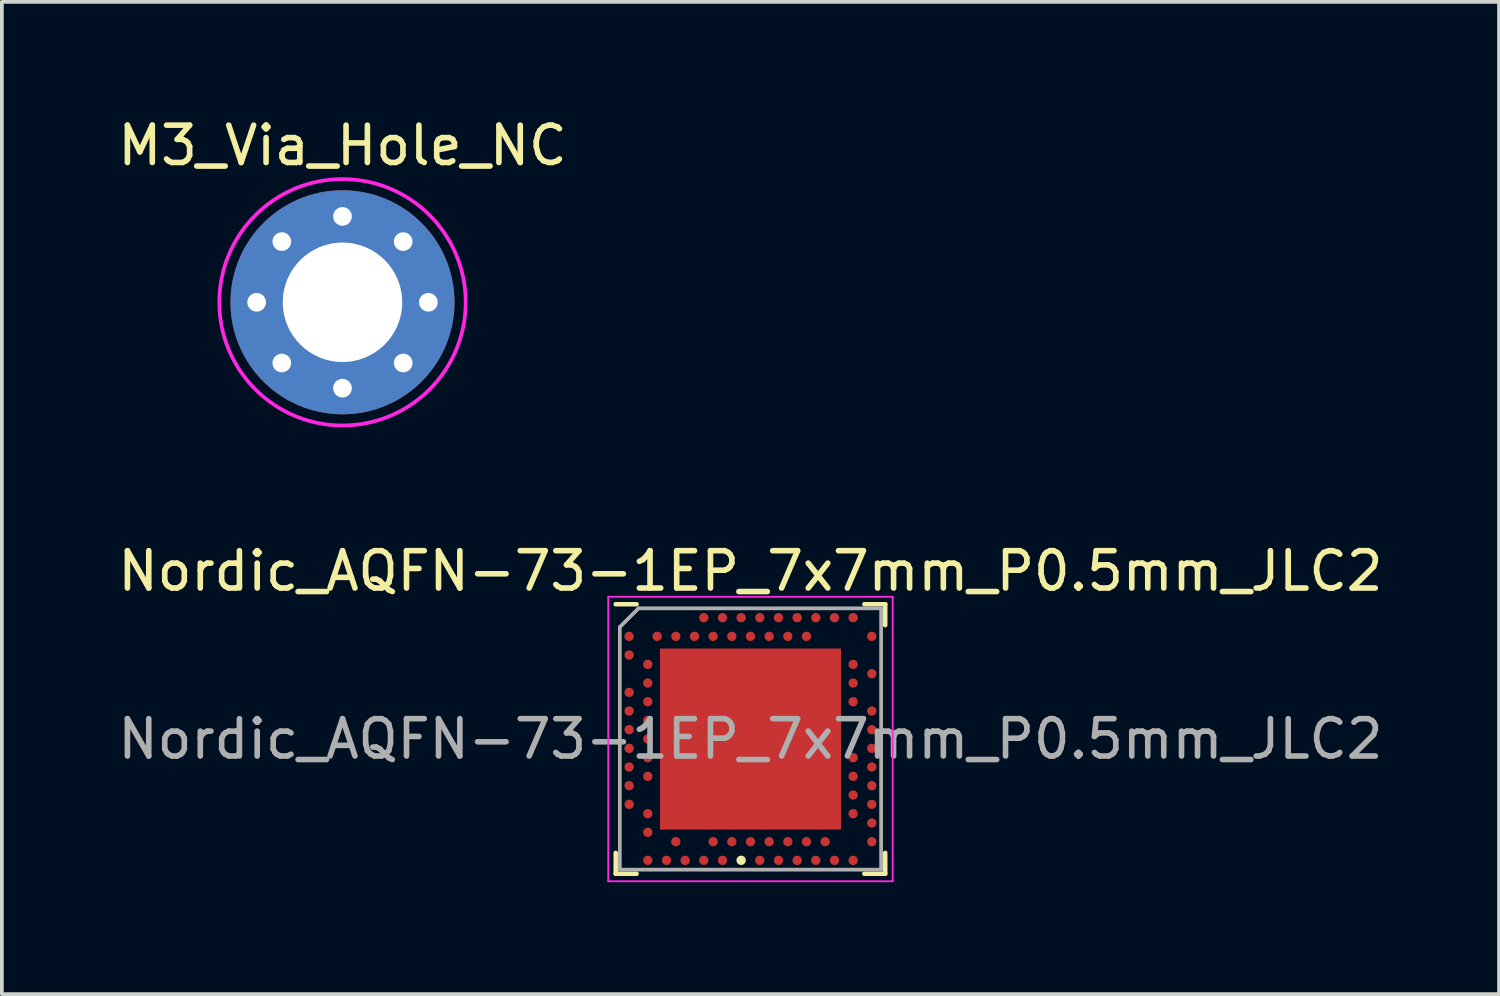
<source format=kicad_pcb>
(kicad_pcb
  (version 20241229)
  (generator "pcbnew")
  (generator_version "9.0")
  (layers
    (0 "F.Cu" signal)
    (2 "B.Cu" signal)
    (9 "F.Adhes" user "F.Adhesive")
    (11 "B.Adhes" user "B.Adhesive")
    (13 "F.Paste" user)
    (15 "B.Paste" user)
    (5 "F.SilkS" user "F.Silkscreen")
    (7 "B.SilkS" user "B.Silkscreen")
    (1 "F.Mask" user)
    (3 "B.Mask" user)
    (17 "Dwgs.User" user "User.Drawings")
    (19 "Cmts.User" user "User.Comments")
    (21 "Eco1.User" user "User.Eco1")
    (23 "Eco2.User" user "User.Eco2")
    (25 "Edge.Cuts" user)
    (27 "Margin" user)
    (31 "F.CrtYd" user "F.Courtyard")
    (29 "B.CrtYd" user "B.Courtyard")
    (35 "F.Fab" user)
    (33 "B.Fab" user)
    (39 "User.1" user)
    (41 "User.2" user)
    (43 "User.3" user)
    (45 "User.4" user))
  (footprint "Nordic_AQFN-73-1EP_7x7mm_P0.5mm_JLC2"
    (layer "F.Cu")
    (at 17.054 16.747)
    (property "Reference" "Nordic_AQFN-73-1EP_7x7mm_P0.5mm_JLC2" (at 0 -4.5 0) (layer "F.SilkS") (effects (font (size 1 1) (thickness 0.15))))
    (attr smd)
    (fp_line (start -3.61 -3.61) (end -3.05 -3.61) (stroke (width 0.12) (type solid)) (layer "F.SilkS"))
    (fp_line (start -3.61 3.61) (end -3.61 3.05) (stroke (width 0.12) (type solid)) (layer "F.SilkS"))
    (fp_line (start -3.61 3.61) (end -3.05 3.61) (stroke (width 0.12) (type solid)) (layer "F.SilkS"))
    (fp_line (start 3.61 -3.61) (end 3.05 -3.61) (stroke (width 0.12) (type solid)) (layer "F.SilkS"))
    (fp_line (start 3.61 -3.61) (end 3.61 -3.05) (stroke (width 0.12) (type solid)) (layer "F.SilkS"))
    (fp_line (start 3.61 3.61) (end 3.05 3.61) (stroke (width 0.12) (type solid)) (layer "F.SilkS"))
    (fp_line (start 3.61 3.61) (end 3.61 3.05) (stroke (width 0.12) (type solid)) (layer "F.SilkS"))
    (fp_circle (center -0.25 3.25) (end -0.125 3.25) (stroke (width 0) (type solid)) (fill yes) (layer "F.SilkS"))
    (fp_line (start -3.81 -3.81) (end 3.81 -3.81) (stroke (width 0.05) (type solid)) (layer "F.CrtYd"))
    (fp_line (start -3.81 3.81) (end -3.81 -3.81) (stroke (width 0.05) (type solid)) (layer "F.CrtYd"))
    (fp_line (start 3.81 -3.81) (end 3.81 3.81) (stroke (width 0.05) (type solid)) (layer "F.CrtYd"))
    (fp_line (start 3.81 3.81) (end -3.81 3.81) (stroke (width 0.05) (type solid)) (layer "F.CrtYd"))
    (fp_line (start -3.5 -3) (end -3.5 3.5) (stroke (width 0.1) (type solid)) (layer "F.Fab"))
    (fp_line (start -3.5 -3) (end -3 -3.5) (stroke (width 0.1) (type solid)) (layer "F.Fab"))
    (fp_line (start -3.5 3.5) (end 3.5 3.5) (stroke (width 0.1) (type solid)) (layer "F.Fab"))
    (fp_line (start -3 -3.5) (end 3.5 -3.5) (stroke (width 0.1) (type solid)) (layer "F.Fab"))
    (fp_line (start 3.5 -3.5) (end 3.5 3.5) (stroke (width 0.1) (type solid)) (layer "F.Fab"))
    (fp_text user "${REFERENCE}" (at 0 0 0) (layer "F.Fab") (effects (font (size 1 1) (thickness 0.15))))
    (pad "" smd rect (at -1.212 -1.212 180) (size 2 2) (layers "F.Paste"))
    (pad "" smd rect (at -1.212 1.212 180) (size 2 2) (layers "F.Paste"))
    (pad "" smd rect (at 1.212 -1.212 180) (size 2 2) (layers "F.Paste"))
    (pad "" smd rect (at 1.212 1.212 180) (size 2 2) (layers "F.Paste"))
    (pad "A8" smd circle (at -1.25 -3.25 180) (size 0.25 0.25) (layers "F.Cu" "F.Mask" "F.Paste"))
    (pad "A10" smd circle (at -0.75 -3.25 180) (size 0.25 0.25) (layers "F.Cu" "F.Mask" "F.Paste"))
    (pad "A12" smd circle (at -0.25 -3.25 180) (size 0.25 0.25) (layers "F.Cu" "F.Mask" "F.Paste"))
    (pad "A14" smd circle (at 0.25 -3.25 180) (size 0.25 0.25) (layers "F.Cu" "F.Mask" "F.Paste"))
    (pad "A16" smd circle (at 0.75 -3.25 180) (size 0.25 0.25) (layers "F.Cu" "F.Mask" "F.Paste"))
    (pad "A18" smd circle (at 1.25 -3.25 180) (size 0.25 0.25) (layers "F.Cu" "F.Mask" "F.Paste"))
    (pad "A20" smd circle (at 1.75 -3.25 180) (size 0.25 0.25) (layers "F.Cu" "F.Mask" "F.Paste"))
    (pad "A22" smd circle (at 2.25 -3.25 180) (size 0.25 0.25) (layers "F.Cu" "F.Mask" "F.Paste"))
    (pad "A23" smd circle (at 2.75 -3.25 180) (size 0.25 0.25) (layers "F.Cu" "F.Mask" "F.Paste"))
    (pad "AA24" smd circle (at 3.25 2.25 180) (size 0.25 0.25) (layers "F.Cu" "F.Mask" "F.Paste"))
    (pad "AB2" smd circle (at -2.75 2.5 180) (size 0.25 0.25) (layers "F.Cu" "F.Mask" "F.Paste"))
    (pad "AC5" smd circle (at -2 2.75 180) (size 0.25 0.25) (layers "F.Cu" "F.Mask" "F.Paste"))
    (pad "AC9" smd circle (at -1 2.75 180) (size 0.25 0.25) (layers "F.Cu" "F.Mask" "F.Paste"))
    (pad "AC11" smd circle (at -0.5 2.75 180) (size 0.25 0.25) (layers "F.Cu" "F.Mask" "F.Paste"))
    (pad "AC13" smd circle (at 0 2.75 180) (size 0.25 0.25) (layers "F.Cu" "F.Mask" "F.Paste"))
    (pad "AC15" smd circle (at 0.5 2.75 180) (size 0.25 0.25) (layers "F.Cu" "F.Mask" "F.Paste"))
    (pad "AC17" smd circle (at 1 2.75 180) (size 0.25 0.25) (layers "F.Cu" "F.Mask" "F.Paste"))
    (pad "AC19" smd circle (at 1.5 2.75 180) (size 0.25 0.25) (layers "F.Cu" "F.Mask" "F.Paste"))
    (pad "AC21" smd circle (at 2 2.75 180) (size 0.25 0.25) (layers "F.Cu" "F.Mask" "F.Paste"))
    (pad "AC24" smd circle (at 3.25 2.75 180) (size 0.25 0.25) (layers "F.Cu" "F.Mask" "F.Paste"))
    (pad "AD2" smd circle (at -2.75 3.25 180) (size 0.25 0.25) (layers "F.Cu" "F.Mask" "F.Paste"))
    (pad "AD4" smd circle (at -2.25 3.25 180) (size 0.25 0.25) (layers "F.Cu" "F.Mask" "F.Paste"))
    (pad "AD6" smd circle (at -1.75 3.25 180) (size 0.25 0.25) (layers "F.Cu" "F.Mask" "F.Paste"))
    (pad "AD8" smd circle (at -1.25 3.25 180) (size 0.25 0.25) (layers "F.Cu" "F.Mask" "F.Paste"))
    (pad "AD10" smd circle (at -0.75 3.25 180) (size 0.25 0.25) (layers "F.Cu" "F.Mask" "F.Paste"))
    (pad "AD14" smd circle (at 0.25 3.25 180) (size 0.25 0.25) (layers "F.Cu" "F.Mask" "F.Paste"))
    (pad "AD16" smd circle (at 0.75 3.25 180) (size 0.25 0.25) (layers "F.Cu" "F.Mask" "F.Paste"))
    (pad "AD18" smd circle (at 1.25 3.25 180) (size 0.25 0.25) (layers "F.Cu" "F.Mask" "F.Paste"))
    (pad "AD20" smd circle (at 1.75 3.25 180) (size 0.25 0.25) (layers "F.Cu" "F.Mask" "F.Paste"))
    (pad "AD22" smd circle (at 2.25 3.25 180) (size 0.25 0.25) (layers "F.Cu" "F.Mask" "F.Paste"))
    (pad "AD23" smd circle (at 2.75 3.25 180) (size 0.25 0.25) (layers "F.Cu" "F.Mask" "F.Paste"))
    (pad "B1" smd circle (at -3.25 -2.75 180) (size 0.25 0.25) (layers "F.Cu" "F.Mask" "F.Paste"))
    (pad "B3" smd circle (at -2.5 -2.75 180) (size 0.25 0.25) (layers "F.Cu" "F.Mask" "F.Paste"))
    (pad "B5" smd circle (at -2 -2.75 180) (size 0.25 0.25) (layers "F.Cu" "F.Mask" "F.Paste"))
    (pad "B7" smd circle (at -1.5 -2.75 180) (size 0.25 0.25) (layers "F.Cu" "F.Mask" "F.Paste"))
    (pad "B9" smd circle (at -1 -2.75 180) (size 0.25 0.25) (layers "F.Cu" "F.Mask" "F.Paste"))
    (pad "B11" smd circle (at -0.5 -2.75 180) (size 0.25 0.25) (layers "F.Cu" "F.Mask" "F.Paste"))
    (pad "B13" smd circle (at 0 -2.75 180) (size 0.25 0.25) (layers "F.Cu" "F.Mask" "F.Paste"))
    (pad "B15" smd circle (at 0.5 -2.75 180) (size 0.25 0.25) (layers "F.Cu" "F.Mask" "F.Paste"))
    (pad "B17" smd circle (at 1 -2.75 180) (size 0.25 0.25) (layers "F.Cu" "F.Mask" "F.Paste"))
    (pad "B19" smd circle (at 1.5 -2.75 180) (size 0.25 0.25) (layers "F.Cu" "F.Mask" "F.Paste"))
    (pad "B24" smd circle (at 3.25 -2.75 180) (size 0.25 0.25) (layers "F.Cu" "F.Mask" "F.Paste"))
    (pad "C1" smd circle (at -3.25 -2.25 180) (size 0.25 0.25) (layers "F.Cu" "F.Mask" "F.Paste"))
    (pad "D2" smd circle (at -2.75 -2 180) (size 0.25 0.25) (layers "F.Cu" "F.Mask" "F.Paste"))
    (pad "D23" smd circle (at 2.75 -2 180) (size 0.25 0.25) (layers "F.Cu" "F.Mask" "F.Paste"))
    (pad "E24" smd circle (at 3.25 -1.75 180) (size 0.25 0.25) (layers "F.Cu" "F.Mask" "F.Paste"))
    (pad "EP" smd rect (at 0 0 180) (size 4.85 4.85) (layers "F.Cu" "F.Mask"))
    (pad "F2" smd circle (at -2.75 -1.5 180) (size 0.25 0.25) (layers "F.Cu" "F.Mask" "F.Paste"))
    (pad "F23" smd circle (at 2.75 -1.5 180) (size 0.25 0.25) (layers "F.Cu" "F.Mask" "F.Paste"))
    (pad "G1" smd circle (at -3.25 -1.25 180) (size 0.25 0.25) (layers "F.Cu" "F.Mask" "F.Paste"))
    (pad "H2" smd circle (at -2.75 -1 180) (size 0.25 0.25) (layers "F.Cu" "F.Mask" "F.Paste"))
    (pad "H23" smd circle (at 2.75 -1 180) (size 0.25 0.25) (layers "F.Cu" "F.Mask" "F.Paste"))
    (pad "J1" smd circle (at -3.25 -0.75 180) (size 0.25 0.25) (layers "F.Cu" "F.Mask" "F.Paste"))
    (pad "J24" smd circle (at 3.25 -0.75 180) (size 0.25 0.25) (layers "F.Cu" "F.Mask" "F.Paste"))
    (pad "K2" smd circle (at -2.75 -0.5 180) (size 0.25 0.25) (layers "F.Cu" "F.Mask" "F.Paste"))
    (pad "L1" smd circle (at -3.25 -0.25 180) (size 0.25 0.25) (layers "F.Cu" "F.Mask" "F.Paste"))
    (pad "L24" smd circle (at 3.25 -0.25 180) (size 0.25 0.25) (layers "F.Cu" "F.Mask" "F.Paste"))
    (pad "M2" smd circle (at -2.75 0 180) (size 0.25 0.25) (layers "F.Cu" "F.Mask" "F.Paste"))
    (pad "N1" smd circle (at -3.25 0.25 180) (size 0.25 0.25) (layers "F.Cu" "F.Mask" "F.Paste"))
    (pad "N24" smd circle (at 3.25 0.25 180) (size 0.25 0.25) (layers "F.Cu" "F.Mask" "F.Paste"))
    (pad "P2" smd circle (at -2.75 0.5 180) (size 0.25 0.25) (layers "F.Cu" "F.Mask" "F.Paste"))
    (pad "P23" smd circle (at 2.75 0.5 180) (size 0.25 0.25) (layers "F.Cu" "F.Mask" "F.Paste"))
    (pad "R1" smd circle (at -3.25 0.75 180) (size 0.25 0.25) (layers "F.Cu" "F.Mask" "F.Paste"))
    (pad "R24" smd circle (at 3.25 0.75 180) (size 0.25 0.25) (layers "F.Cu" "F.Mask" "F.Paste"))
    (pad "T2" smd circle (at -2.75 1 180) (size 0.25 0.25) (layers "F.Cu" "F.Mask" "F.Paste"))
    (pad "T23" smd circle (at 2.75 1 180) (size 0.25 0.25) (layers "F.Cu" "F.Mask" "F.Paste"))
    (pad "U1" smd circle (at -3.25 1.25 180) (size 0.25 0.25) (layers "F.Cu" "F.Mask" "F.Paste"))
    (pad "U24" smd circle (at 3.25 1.25 180) (size 0.25 0.25) (layers "F.Cu" "F.Mask" "F.Paste"))
    (pad "V23" smd circle (at 2.75 1.5 180) (size 0.25 0.25) (layers "F.Cu" "F.Mask" "F.Paste"))
    (pad "W1" smd circle (at -3.25 1.75 180) (size 0.25 0.25) (layers "F.Cu" "F.Mask" "F.Paste"))
    (pad "W24" smd circle (at 3.25 1.75 180) (size 0.25 0.25) (layers "F.Cu" "F.Mask" "F.Paste"))
    (pad "Y2" smd circle (at -2.75 2 180) (size 0.25 0.25) (layers "F.Cu" "F.Mask" "F.Paste"))
    (pad "Y23" smd circle (at 2.75 2 180) (size 0.25 0.25) (layers "F.Cu" "F.Mask" "F.Paste"))
    (zone (net_name "") (layer "F.Cu") (hatch edge 0.508) (connect_pads) (min_thickness 0.254) (filled_areas_thickness no) (keepout (tracks allowed) (vias not_allowed) (pads not_allowed) (copperpour not_allowed) (footprints allowed)) (placement (enabled no)) (fill) (polygon (pts (xy 16.929 19.947) (xy 16.929 20.047) (xy 16.854 20.122) (xy 16.754 20.122) (xy 16.679 20.047) (xy 16.679 19.947) (xy 16.754 19.872) (xy 16.854 19.872)))))
  (footprint "M3_Via_Hole_NC"
    (layer "F.Cu")
    (at 6.125 5.048)
    (property "Reference" "M3_Via_Hole_NC" (at 0 -4.2 0) (layer "F.SilkS") (effects (font (size 1 1) (thickness 0.15))))
    (attr exclude_from_pos_files exclude_from_bom)
    (fp_circle (center 0 0) (end 3.3 0) (stroke (width 0.1) (type solid)) (fill no) (layer "F.CrtYd"))
    (pad "" thru_hole circle (at -2.3 0) (size 0.8 0.8) (drill 0.5) (layers "*.Cu" "F.Mask"))
    (pad "" thru_hole circle (at -1.626 -1.626) (size 0.8 0.8) (drill 0.5) (layers "*.Cu" "F.Mask"))
    (pad "" thru_hole circle (at -1.626 1.626) (size 0.8 0.8) (drill 0.5) (layers "*.Cu" "F.Mask"))
    (pad "" thru_hole circle (at 0 -2.3) (size 0.8 0.8) (drill 0.5) (layers "*.Cu" "F.Mask"))
    (pad "" thru_hole circle (at 0 0) (size 6 6) (drill 3.2) (layers "*.Cu" "F.Mask"))
    (pad "" thru_hole circle (at 0 2.3) (size 0.8 0.8) (drill 0.5) (layers "*.Cu" "F.Mask"))
    (pad "" thru_hole circle (at 1.626 -1.626) (size 0.8 0.8) (drill 0.5) (layers "*.Cu" "F.Mask"))
    (pad "" thru_hole circle (at 1.626 1.626) (size 0.8 0.8) (drill 0.5) (layers "*.Cu" "F.Mask"))
    (pad "" thru_hole circle (at 2.3 0) (size 0.8 0.8) (drill 0.5) (layers "*.Cu" "F.Mask")))
  (gr_rect
    (start -3 -3)
    (end 37.107 23.581)
    (stroke (width 0.1) (type default))
    (fill no)
    (layer "Edge.Cuts")))
</source>
